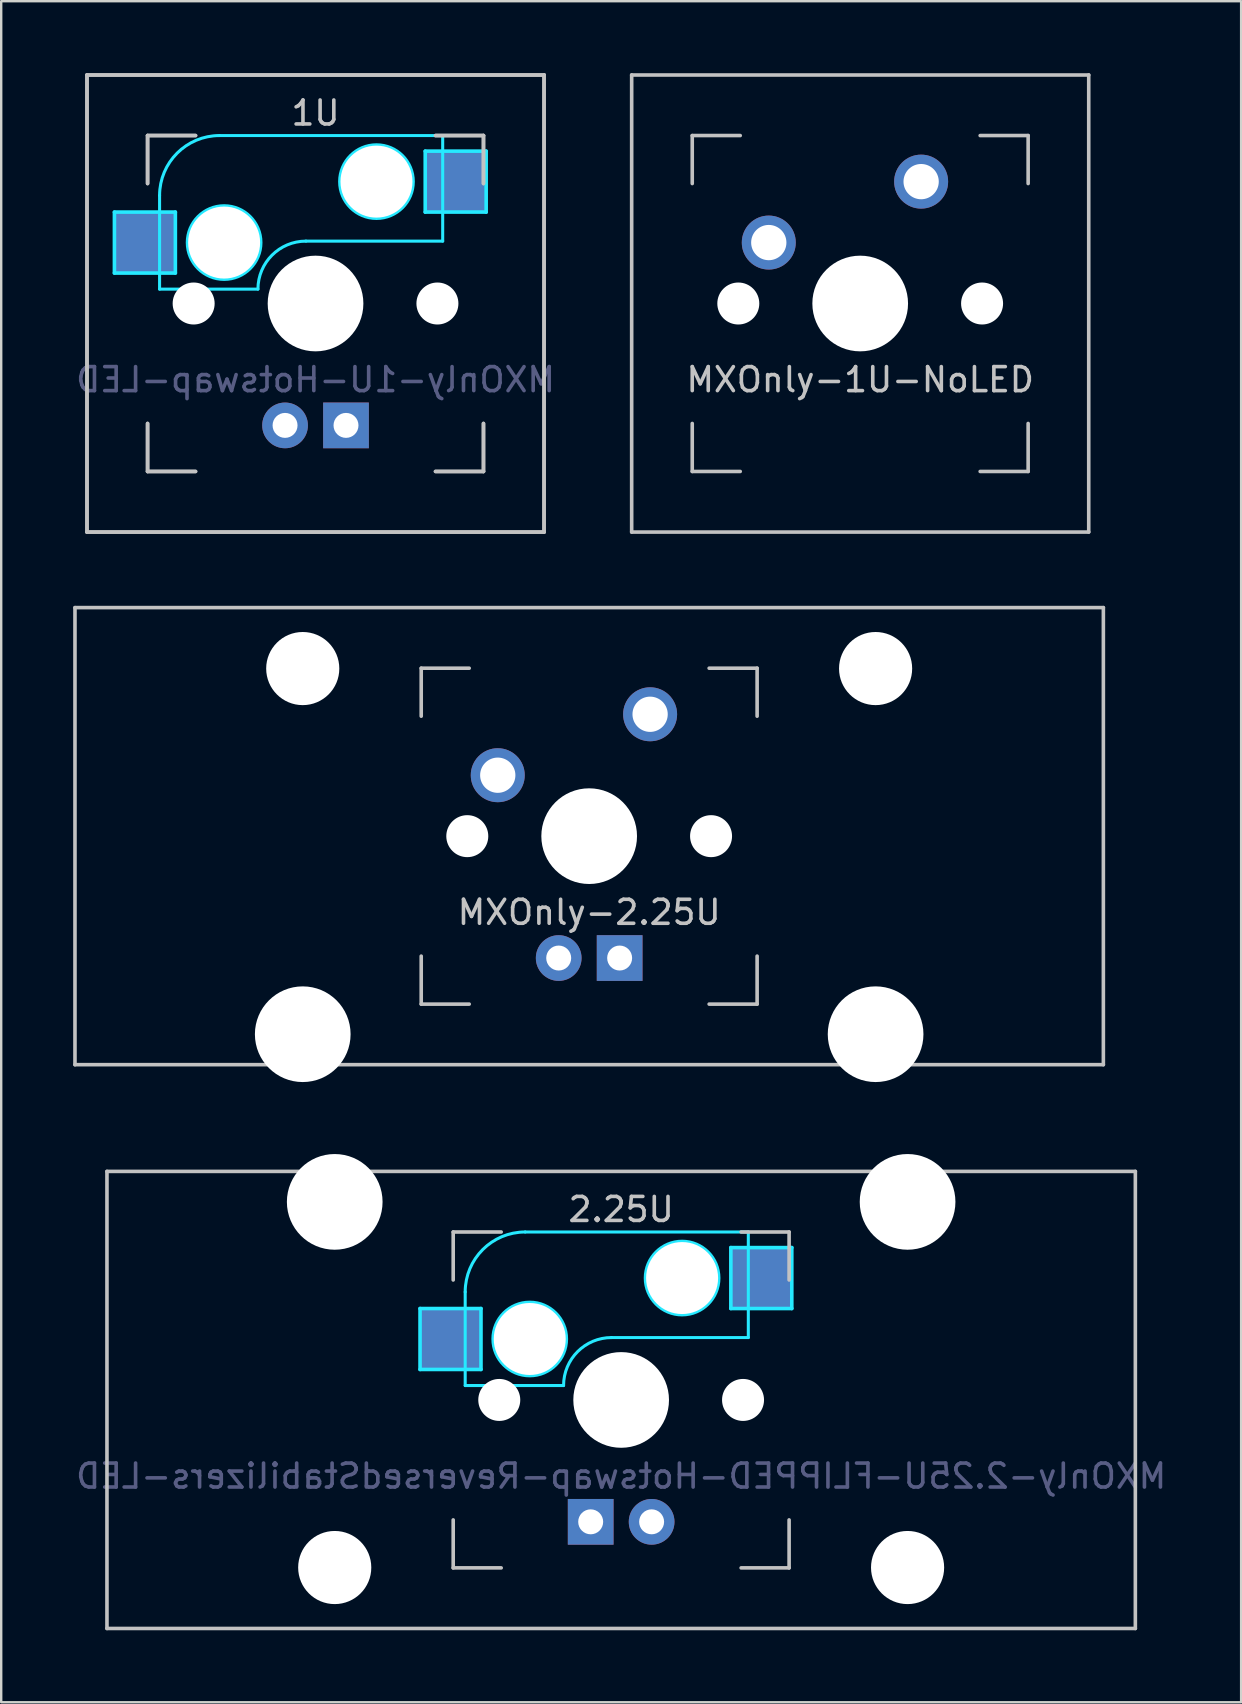
<source format=kicad_pcb>
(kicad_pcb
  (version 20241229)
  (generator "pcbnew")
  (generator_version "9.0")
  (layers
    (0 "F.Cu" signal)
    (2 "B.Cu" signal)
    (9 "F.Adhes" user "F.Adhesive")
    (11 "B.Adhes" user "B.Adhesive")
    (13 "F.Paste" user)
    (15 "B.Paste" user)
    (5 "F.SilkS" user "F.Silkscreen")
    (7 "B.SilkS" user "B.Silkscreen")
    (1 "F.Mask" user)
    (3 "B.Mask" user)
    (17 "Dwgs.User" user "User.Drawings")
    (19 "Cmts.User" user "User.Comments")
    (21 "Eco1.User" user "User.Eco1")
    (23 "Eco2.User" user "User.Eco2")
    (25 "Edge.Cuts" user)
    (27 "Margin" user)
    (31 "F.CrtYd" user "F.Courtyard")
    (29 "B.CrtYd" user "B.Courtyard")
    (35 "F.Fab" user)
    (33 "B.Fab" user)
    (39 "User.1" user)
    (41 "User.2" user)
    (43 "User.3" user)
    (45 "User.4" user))
  (footprint "MXOnly-2.25U-FLIPPED-Hotswap-ReversedStabilizers-LED"
    (layer "F.Cu")
    (at 22.839 55.298)
    (property "Reference" "MXOnly-2.25U-FLIPPED-Hotswap-ReversedStabilizers-LED" (at 0 3.175 0) (layer "B.Fab") (effects (font (size 1 1) (thickness 0.15)) (justify mirror)))
    (attr smd)
    (fp_line (start -21.431 -9.525) (end 21.431 -9.525) (stroke (width 0.15) (type solid)) (layer "Dwgs.User"))
    (fp_line (start -21.431 9.525) (end -21.431 -9.525) (stroke (width 0.15) (type solid)) (layer "Dwgs.User"))
    (fp_line (start -7 -7) (end -7 -5) (stroke (width 0.15) (type solid)) (layer "Dwgs.User"))
    (fp_line (start -7 5) (end -7 7) (stroke (width 0.15) (type solid)) (layer "Dwgs.User"))
    (fp_line (start -7 7) (end -5 7) (stroke (width 0.15) (type solid)) (layer "Dwgs.User"))
    (fp_line (start -5 -7) (end -7 -7) (stroke (width 0.15) (type solid)) (layer "Dwgs.User"))
    (fp_line (start 5 -7) (end 7 -7) (stroke (width 0.15) (type solid)) (layer "Dwgs.User"))
    (fp_line (start 5 7) (end 7 7) (stroke (width 0.15) (type solid)) (layer "Dwgs.User"))
    (fp_line (start 7 -7) (end 7 -5) (stroke (width 0.15) (type solid)) (layer "Dwgs.User"))
    (fp_line (start 7 7) (end 7 5) (stroke (width 0.15) (type solid)) (layer "Dwgs.User"))
    (fp_line (start 21.431 -9.525) (end 21.431 9.525) (stroke (width 0.15) (type solid)) (layer "Dwgs.User"))
    (fp_line (start 21.431 9.525) (end -21.431 9.525) (stroke (width 0.15) (type solid)) (layer "Dwgs.User"))
    (fp_line (start -8.382 -3.81) (end -5.842 -3.81) (stroke (width 0.15) (type solid)) (layer "B.CrtYd"))
    (fp_line (start -8.382 -1.27) (end -8.382 -3.81) (stroke (width 0.15) (type solid)) (layer "B.CrtYd"))
    (fp_line (start -6.5 -4.5) (end -6.5 -0.6) (stroke (width 0.127) (type solid)) (layer "B.CrtYd"))
    (fp_line (start -6.5 -0.6) (end -2.4 -0.6) (stroke (width 0.127) (type solid)) (layer "B.CrtYd"))
    (fp_line (start -5.842 -3.81) (end -5.842 -1.27) (stroke (width 0.15) (type solid)) (layer "B.CrtYd"))
    (fp_line (start -5.842 -1.27) (end -8.382 -1.27) (stroke (width 0.15) (type solid)) (layer "B.CrtYd"))
    (fp_line (start -0.4 -2.6) (end 5.3 -2.6) (stroke (width 0.127) (type solid)) (layer "B.CrtYd"))
    (fp_line (start 4.572 -6.35) (end 7.112 -6.35) (stroke (width 0.15) (type solid)) (layer "B.CrtYd"))
    (fp_line (start 4.572 -3.81) (end 4.572 -6.35) (stroke (width 0.15) (type solid)) (layer "B.CrtYd"))
    (fp_line (start 5.3 -7) (end -4 -7) (stroke (width 0.127) (type solid)) (layer "B.CrtYd"))
    (fp_line (start 5.3 -7) (end 5.3 -2.6) (stroke (width 0.127) (type solid)) (layer "B.CrtYd"))
    (fp_line (start 7.112 -6.35) (end 7.112 -3.81) (stroke (width 0.15) (type solid)) (layer "B.CrtYd"))
    (fp_line (start 7.112 -3.81) (end 4.572 -3.81) (stroke (width 0.15) (type solid)) (layer "B.CrtYd"))
    (fp_arc (start -6.5 -4.5) (mid -5.767767 -6.267767) (end -4 -7) (stroke (width 0.127) (type solid)) (layer "B.CrtYd"))
    (fp_arc (start -2.4 -0.6) (mid -1.814214 -2.014214) (end -0.4 -2.6) (stroke (width 0.127) (type solid)) (layer "B.CrtYd"))
    (fp_circle (center -3.81 -2.54) (end -3.81 -4.064) (stroke (width 0.15) (type solid)) (fill no) (layer "B.CrtYd"))
    (fp_circle (center 2.54 -5.08) (end 2.54 -6.604) (stroke (width 0.15) (type solid)) (fill no) (layer "B.CrtYd"))
    (fp_text user "2.25U" (at 0 -7.938 0) (layer "Dwgs.User") (effects (font (size 1 1) (thickness 0.15))))
    (pad "" np_thru_hole circle (at -11.938 -8.255) (size 3.988 3.988) (drill 3.988) (layers "*.Cu" "*.Mask"))
    (pad "" np_thru_hole circle (at -11.938 6.985) (size 3.048 3.048) (drill 3.048) (layers "*.Cu" "*.Mask"))
    (pad "" np_thru_hole circle (at -5.08 0 48.1) (size 1.75 1.75) (drill 1.75) (layers "*.Cu" "*.Mask"))
    (pad "" np_thru_hole circle (at -3.81 -2.54) (size 3 3) (drill 3) (layers "*.Cu" "*.Mask"))
    (pad "" np_thru_hole circle (at 0 0) (size 3.988 3.988) (drill 3.988) (layers "*.Cu" "*.Mask"))
    (pad "" np_thru_hole circle (at 2.54 -5.08) (size 3 3) (drill 3) (layers "*.Cu" "*.Mask"))
    (pad "" np_thru_hole circle (at 5.08 0 48.1) (size 1.75 1.75) (drill 1.75) (layers "*.Cu" "*.Mask"))
    (pad "" np_thru_hole circle (at 11.938 -8.255) (size 3.988 3.988) (drill 3.988) (layers "*.Cu" "*.Mask"))
    (pad "" np_thru_hole circle (at 11.938 6.985) (size 3.048 3.048) (drill 3.048) (layers "*.Cu" "*.Mask"))
    (pad "1" smd rect (at -7.085 -2.54) (size 2.55 2.5) (layers "B.Cu" "B.Mask" "B.Paste"))
    (pad "2" smd rect (at 5.842 -5.08) (size 2.55 2.5) (layers "B.Cu" "B.Mask" "B.Paste"))
    (pad "3" thru_hole circle (at 1.27 5.08) (size 1.905 1.905) (drill 1.04) (layers "*.Cu" "B.Mask"))
    (pad "4" thru_hole rect (at -1.27 5.08) (size 1.905 1.905) (drill 1.04) (layers "*.Cu" "B.Mask")))
  (footprint "MXOnly-1U-Hotswap-LED"
    (layer "F.Cu")
    (at 10.101 9.6)
    (property "Reference" "MXOnly-1U-Hotswap-LED" (at 0 3.175 0) (layer "B.Fab") (effects (font (size 1 1) (thickness 0.15)) (justify mirror)))
    (attr through_hole)
    (fp_line (start -9.525 -9.525) (end 9.525 -9.525) (stroke (width 0.15) (type solid)) (layer "Dwgs.User"))
    (fp_line (start -9.525 -9.525) (end 9.525 -9.525) (stroke (width 0.15) (type solid)) (layer "Dwgs.User"))
    (fp_line (start -9.525 9.525) (end -9.525 -9.525) (stroke (width 0.15) (type solid)) (layer "Dwgs.User"))
    (fp_line (start -9.525 9.525) (end -9.525 -9.525) (stroke (width 0.15) (type solid)) (layer "Dwgs.User"))
    (fp_line (start -7 -7) (end -7 -5) (stroke (width 0.15) (type solid)) (layer "Dwgs.User"))
    (fp_line (start -7 -7) (end -7 -5) (stroke (width 0.15) (type solid)) (layer "Dwgs.User"))
    (fp_line (start -7 5) (end -7 7) (stroke (width 0.15) (type solid)) (layer "Dwgs.User"))
    (fp_line (start -7 5) (end -7 7) (stroke (width 0.15) (type solid)) (layer "Dwgs.User"))
    (fp_line (start -7 7) (end -5 7) (stroke (width 0.15) (type solid)) (layer "Dwgs.User"))
    (fp_line (start -7 7) (end -5 7) (stroke (width 0.15) (type solid)) (layer "Dwgs.User"))
    (fp_line (start -5 -7) (end -7 -7) (stroke (width 0.15) (type solid)) (layer "Dwgs.User"))
    (fp_line (start -5 -7) (end -7 -7) (stroke (width 0.15) (type solid)) (layer "Dwgs.User"))
    (fp_line (start 5 -7) (end 7 -7) (stroke (width 0.15) (type solid)) (layer "Dwgs.User"))
    (fp_line (start 5 -7) (end 7 -7) (stroke (width 0.15) (type solid)) (layer "Dwgs.User"))
    (fp_line (start 5 7) (end 7 7) (stroke (width 0.15) (type solid)) (layer "Dwgs.User"))
    (fp_line (start 5 7) (end 7 7) (stroke (width 0.15) (type solid)) (layer "Dwgs.User"))
    (fp_line (start 7 -7) (end 7 -5) (stroke (width 0.15) (type solid)) (layer "Dwgs.User"))
    (fp_line (start 7 -7) (end 7 -5) (stroke (width 0.15) (type solid)) (layer "Dwgs.User"))
    (fp_line (start 7 7) (end 7 5) (stroke (width 0.15) (type solid)) (layer "Dwgs.User"))
    (fp_line (start 7 7) (end 7 5) (stroke (width 0.15) (type solid)) (layer "Dwgs.User"))
    (fp_line (start 9.525 -9.525) (end 9.525 9.525) (stroke (width 0.15) (type solid)) (layer "Dwgs.User"))
    (fp_line (start 9.525 -9.525) (end 9.525 9.525) (stroke (width 0.15) (type solid)) (layer "Dwgs.User"))
    (fp_line (start 9.525 9.525) (end -9.525 9.525) (stroke (width 0.15) (type solid)) (layer "Dwgs.User"))
    (fp_line (start 9.525 9.525) (end -9.525 9.525) (stroke (width 0.15) (type solid)) (layer "Dwgs.User"))
    (fp_line (start -8.382 -3.81) (end -8.382 -1.27) (stroke (width 0.15) (type solid)) (layer "B.CrtYd"))
    (fp_line (start -8.382 -1.27) (end -5.842 -1.27) (stroke (width 0.15) (type solid)) (layer "B.CrtYd"))
    (fp_line (start -6.5 -4.5) (end -6.5 -0.6) (stroke (width 0.127) (type solid)) (layer "B.CrtYd"))
    (fp_line (start -6.5 -0.6) (end -2.4 -0.6) (stroke (width 0.127) (type solid)) (layer "B.CrtYd"))
    (fp_line (start -5.842 -3.81) (end -8.382 -3.81) (stroke (width 0.15) (type solid)) (layer "B.CrtYd"))
    (fp_line (start -5.842 -1.27) (end -5.842 -3.81) (stroke (width 0.15) (type solid)) (layer "B.CrtYd"))
    (fp_line (start -0.4 -2.6) (end 5.3 -2.6) (stroke (width 0.127) (type solid)) (layer "B.CrtYd"))
    (fp_line (start 4.572 -6.35) (end 7.112 -6.35) (stroke (width 0.15) (type solid)) (layer "B.CrtYd"))
    (fp_line (start 4.572 -3.81) (end 4.572 -6.35) (stroke (width 0.15) (type solid)) (layer "B.CrtYd"))
    (fp_line (start 5.3 -7) (end -4 -7) (stroke (width 0.127) (type solid)) (layer "B.CrtYd"))
    (fp_line (start 5.3 -7) (end 5.3 -2.6) (stroke (width 0.127) (type solid)) (layer "B.CrtYd"))
    (fp_line (start 7.112 -6.35) (end 7.112 -3.81) (stroke (width 0.15) (type solid)) (layer "B.CrtYd"))
    (fp_line (start 7.112 -3.81) (end 4.572 -3.81) (stroke (width 0.15) (type solid)) (layer "B.CrtYd"))
    (fp_arc (start -6.5 -4.5) (mid -5.767767 -6.267767) (end -4 -7) (stroke (width 0.127) (type solid)) (layer "B.CrtYd"))
    (fp_arc (start -2.4 -0.6) (mid -1.814214 -2.014214) (end -0.4 -2.6) (stroke (width 0.127) (type solid)) (layer "B.CrtYd"))
    (fp_circle (center -3.81 -2.54) (end -3.81 -4.064) (stroke (width 0.15) (type solid)) (fill no) (layer "B.CrtYd"))
    (fp_circle (center 2.54 -5.08) (end 2.54 -6.604) (stroke (width 0.15) (type solid)) (fill no) (layer "B.CrtYd"))
    (fp_text user "1U" (at 0 -7.938 0) (layer "Dwgs.User") (effects (font (size 1 1) (thickness 0.15))))
    (pad "" np_thru_hole circle (at -5.08 0 48.1) (size 1.75 1.75) (drill 1.75) (layers "*.Cu" "*.Mask"))
    (pad "" np_thru_hole circle (at -3.81 -2.54) (size 3 3) (drill 3) (layers "*.Cu" "*.Mask"))
    (pad "" np_thru_hole circle (at 0 0) (size 3.988 3.988) (drill 3.988) (layers "*.Cu" "*.Mask"))
    (pad "" np_thru_hole circle (at 2.54 -5.08) (size 3 3) (drill 3) (layers "*.Cu" "*.Mask"))
    (pad "" np_thru_hole circle (at 5.08 0 48.1) (size 1.75 1.75) (drill 1.75) (layers "*.Cu" "*.Mask"))
    (pad "1" smd rect (at -7.085 -2.54) (size 2.55 2.5) (layers "B.Cu" "B.Mask" "B.Paste"))
    (pad "2" smd rect (at 5.842 -5.08) (size 2.55 2.5) (layers "B.Cu" "B.Mask" "B.Paste"))
    (pad "3" thru_hole circle (at -1.27 5.08) (size 1.905 1.905) (drill 1.04) (layers "*.Cu" "B.Mask"))
    (pad "4" thru_hole rect (at 1.27 5.08) (size 1.905 1.905) (drill 1.04) (layers "*.Cu" "B.Mask")))
  (footprint "MXOnly-2.25U"
    (layer "F.Cu")
    (at 21.506 31.8)
    (property "Reference" "MXOnly-2.25U" (at 0 3.175 0) (layer "Dwgs.User") (effects (font (size 1 1) (thickness 0.15))))
    (attr through_hole)
    (fp_line (start -21.431 -9.525) (end 21.431 -9.525) (stroke (width 0.15) (type solid)) (layer "Dwgs.User"))
    (fp_line (start -21.431 9.525) (end -21.431 -9.525) (stroke (width 0.15) (type solid)) (layer "Dwgs.User"))
    (fp_line (start -21.431 9.525) (end 21.431 9.525) (stroke (width 0.15) (type solid)) (layer "Dwgs.User"))
    (fp_line (start -7 -7) (end -7 -5) (stroke (width 0.15) (type solid)) (layer "Dwgs.User"))
    (fp_line (start -7 5) (end -7 7) (stroke (width 0.15) (type solid)) (layer "Dwgs.User"))
    (fp_line (start -7 7) (end -5 7) (stroke (width 0.15) (type solid)) (layer "Dwgs.User"))
    (fp_line (start -5 -7) (end -7 -7) (stroke (width 0.15) (type solid)) (layer "Dwgs.User"))
    (fp_line (start 5 -7) (end 7 -7) (stroke (width 0.15) (type solid)) (layer "Dwgs.User"))
    (fp_line (start 5 7) (end 7 7) (stroke (width 0.15) (type solid)) (layer "Dwgs.User"))
    (fp_line (start 7 -7) (end 7 -5) (stroke (width 0.15) (type solid)) (layer "Dwgs.User"))
    (fp_line (start 7 7) (end 7 5) (stroke (width 0.15) (type solid)) (layer "Dwgs.User"))
    (fp_line (start 21.431 -9.525) (end 21.431 9.525) (stroke (width 0.15) (type solid)) (layer "Dwgs.User"))
    (pad "" np_thru_hole circle (at -11.938 -6.985) (size 3.048 3.048) (drill 3.048) (layers "*.Cu" "*.Mask"))
    (pad "" np_thru_hole circle (at -11.938 8.255) (size 3.988 3.988) (drill 3.988) (layers "*.Cu" "*.Mask"))
    (pad "" np_thru_hole circle (at -5.08 0 48.1) (size 1.75 1.75) (drill 1.75) (layers "*.Cu" "*.Mask"))
    (pad "" np_thru_hole circle (at 0 0) (size 3.988 3.988) (drill 3.988) (layers "*.Cu" "*.Mask"))
    (pad "" np_thru_hole circle (at 5.08 0 48.1) (size 1.75 1.75) (drill 1.75) (layers "*.Cu" "*.Mask"))
    (pad "" np_thru_hole circle (at 11.938 -6.985) (size 3.048 3.048) (drill 3.048) (layers "*.Cu" "*.Mask"))
    (pad "" np_thru_hole circle (at 11.938 8.255) (size 3.988 3.988) (drill 3.988) (layers "*.Cu" "*.Mask"))
    (pad "1" thru_hole circle (at -3.81 -2.54) (size 2.25 2.25) (drill 1.47) (layers "*.Cu" "B.Mask"))
    (pad "2" thru_hole circle (at 2.54 -5.08) (size 2.25 2.25) (drill 1.47) (layers "*.Cu" "B.Mask"))
    (pad "3" thru_hole circle (at -1.27 5.08) (size 1.905 1.905) (drill 1.04) (layers "*.Cu" "B.Mask"))
    (pad "4" thru_hole rect (at 1.27 5.08) (size 1.905 1.905) (drill 1.04) (layers "*.Cu" "B.Mask")))
  (footprint "MXOnly-1U-NoLED"
    (layer "F.Cu")
    (at 32.802 9.6)
    (property "Reference" "MXOnly-1U-NoLED" (at 0 3.175 0) (layer "Dwgs.User") (effects (font (size 1 1) (thickness 0.15))))
    (attr through_hole)
    (fp_line (start -9.525 -9.525) (end 9.525 -9.525) (stroke (width 0.15) (type solid)) (layer "Dwgs.User"))
    (fp_line (start -9.525 9.525) (end -9.525 -9.525) (stroke (width 0.15) (type solid)) (layer "Dwgs.User"))
    (fp_line (start -7 -7) (end -7 -5) (stroke (width 0.15) (type solid)) (layer "Dwgs.User"))
    (fp_line (start -7 5) (end -7 7) (stroke (width 0.15) (type solid)) (layer "Dwgs.User"))
    (fp_line (start -7 7) (end -5 7) (stroke (width 0.15) (type solid)) (layer "Dwgs.User"))
    (fp_line (start -5 -7) (end -7 -7) (stroke (width 0.15) (type solid)) (layer "Dwgs.User"))
    (fp_line (start 5 -7) (end 7 -7) (stroke (width 0.15) (type solid)) (layer "Dwgs.User"))
    (fp_line (start 5 7) (end 7 7) (stroke (width 0.15) (type solid)) (layer "Dwgs.User"))
    (fp_line (start 7 -7) (end 7 -5) (stroke (width 0.15) (type solid)) (layer "Dwgs.User"))
    (fp_line (start 7 7) (end 7 5) (stroke (width 0.15) (type solid)) (layer "Dwgs.User"))
    (fp_line (start 9.525 -9.525) (end 9.525 9.525) (stroke (width 0.15) (type solid)) (layer "Dwgs.User"))
    (fp_line (start 9.525 9.525) (end -9.525 9.525) (stroke (width 0.15) (type solid)) (layer "Dwgs.User"))
    (pad "" np_thru_hole circle (at -5.08 0 48.1) (size 1.75 1.75) (drill 1.75) (layers "*.Cu" "*.Mask"))
    (pad "" np_thru_hole circle (at 0 0) (size 3.988 3.988) (drill 3.988) (layers "*.Cu" "*.Mask"))
    (pad "" np_thru_hole circle (at 5.08 0 48.1) (size 1.75 1.75) (drill 1.75) (layers "*.Cu" "*.Mask"))
    (pad "1" thru_hole circle (at -3.81 -2.54) (size 2.25 2.25) (drill 1.47) (layers "*.Cu" "B.Mask"))
    (pad "2" thru_hole circle (at 2.54 -5.08) (size 2.25 2.25) (drill 1.47) (layers "*.Cu" "B.Mask")))
  (gr_rect
    (start -3 -3)
    (end 48.679 67.898)
    (stroke (width 0.1) (type default))
    (fill no)
    (layer "Edge.Cuts")))
</source>
